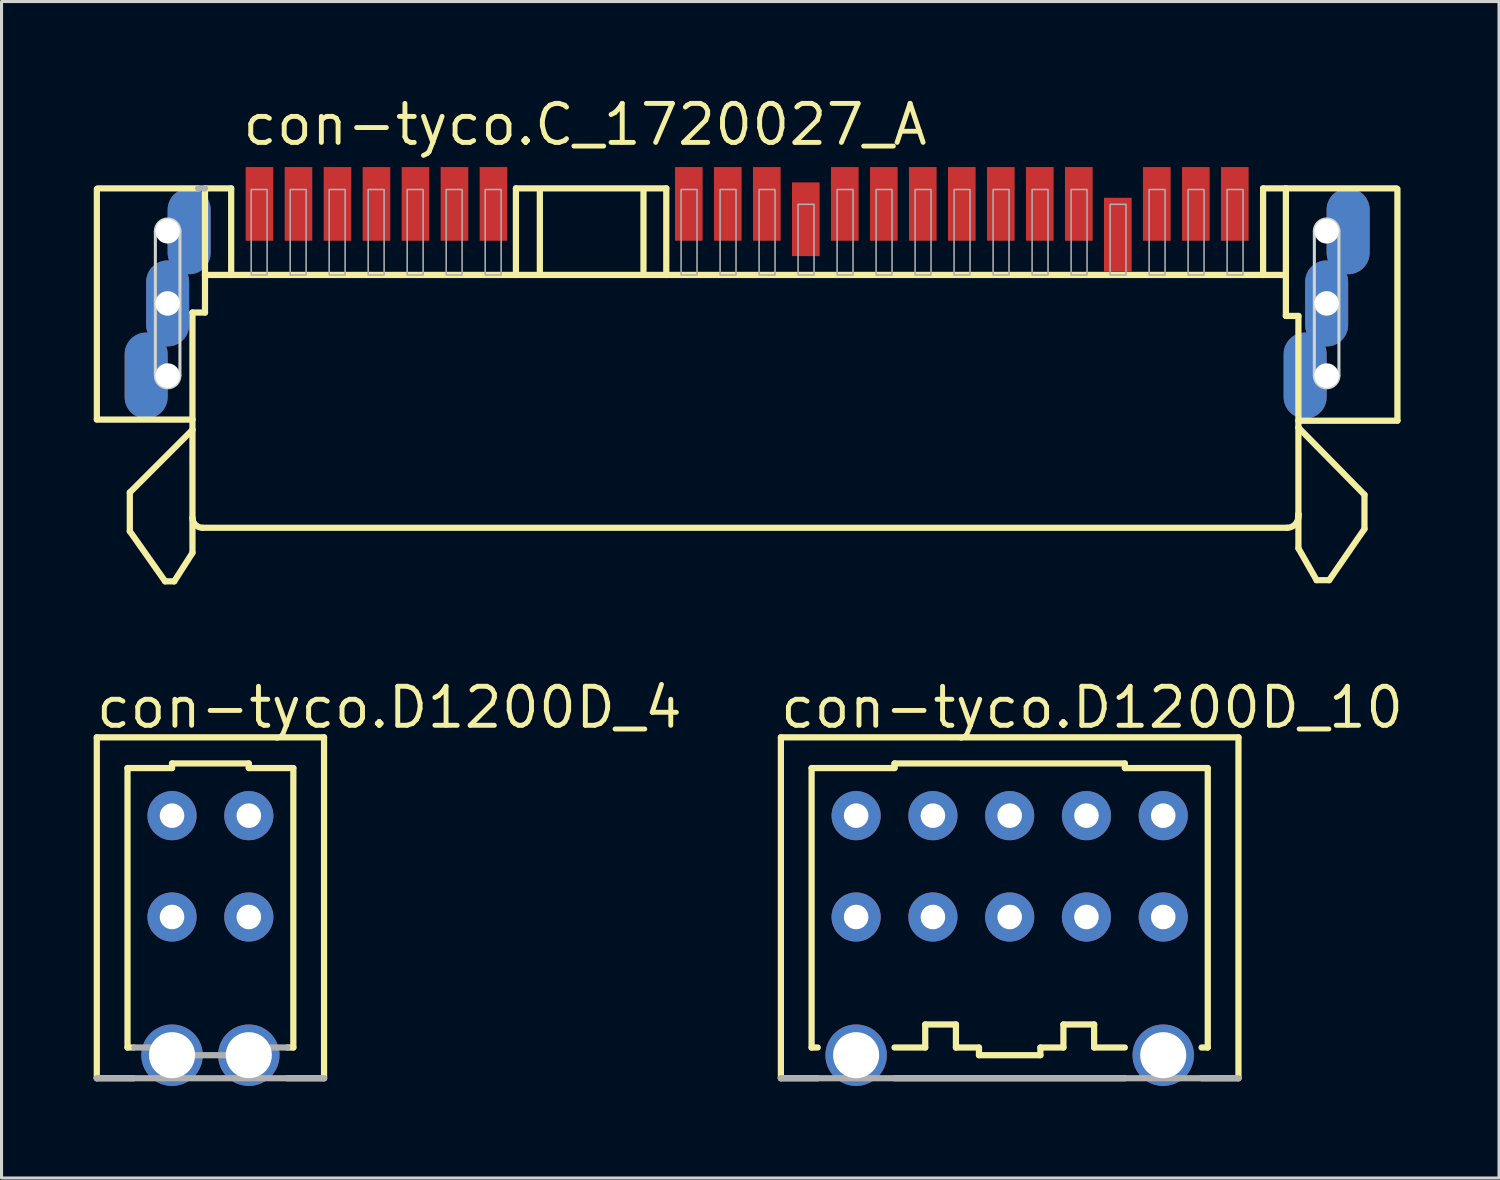
<source format=kicad_pcb>
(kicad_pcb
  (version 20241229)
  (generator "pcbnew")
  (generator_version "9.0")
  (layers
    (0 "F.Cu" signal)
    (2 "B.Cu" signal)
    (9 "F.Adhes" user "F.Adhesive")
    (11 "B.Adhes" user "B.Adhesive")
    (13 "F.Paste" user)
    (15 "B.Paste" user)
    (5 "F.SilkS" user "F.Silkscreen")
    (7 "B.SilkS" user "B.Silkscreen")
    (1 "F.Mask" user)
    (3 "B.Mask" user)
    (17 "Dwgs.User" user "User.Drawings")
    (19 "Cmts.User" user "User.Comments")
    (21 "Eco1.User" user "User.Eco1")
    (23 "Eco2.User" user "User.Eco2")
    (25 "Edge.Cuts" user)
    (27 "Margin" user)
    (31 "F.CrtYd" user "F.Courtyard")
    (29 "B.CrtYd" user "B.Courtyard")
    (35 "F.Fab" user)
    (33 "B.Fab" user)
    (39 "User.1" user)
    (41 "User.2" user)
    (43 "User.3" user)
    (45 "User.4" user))
  (footprint "con-tyco.C_1720027_A"
    (layer "F.Cu")
    (at 21.279 6.83)
    (property "Reference" "con-tyco.C_1720027_A" (at -16.51 -5.08 0) (layer "F.SilkS") (effects (font (size 1.27 1.27) (thickness 0.16)) (justify left bottom)))
    (attr smd)
    (fp_line (start -21.177 3.783) (end -18.062 3.783) (stroke (width 0.203) (type default)) (layer "F.SilkS"))
    (fp_line (start -21.175 3.776) (end -21.175 -3.729) (stroke (width 0.203) (type default)) (layer "F.SilkS"))
    (fp_line (start -21.14 -3.746) (end -17.876 -3.746) (stroke (width 0.203) (type default)) (layer "F.SilkS"))
    (fp_line (start -20.102 6.157) (end -20.102 7.418) (stroke (width 0.203) (type default)) (layer "F.SilkS"))
    (fp_line (start -20.102 7.418) (end -18.952 9.05) (stroke (width 0.203) (type default)) (layer "F.SilkS"))
    (fp_line (start -18.952 9.05) (end -18.655 9.05) (stroke (width 0.203) (type default)) (layer "F.SilkS"))
    (fp_line (start -18.655 9.05) (end -18.062 8.122) (stroke (width 0.203) (type default)) (layer "F.SilkS"))
    (fp_line (start -18.062 0.297) (end -17.654 0.297) (stroke (width 0.203) (type default)) (layer "F.SilkS"))
    (fp_line (start -18.062 3.783) (end -18.062 0.297) (stroke (width 0.203) (type default)) (layer "F.SilkS"))
    (fp_line (start -18.062 4.117) (end -20.102 6.157) (stroke (width 0.203) (type default)) (layer "F.SilkS"))
    (fp_line (start -18.062 4.117) (end -18.062 3.783) (stroke (width 0.203) (type default)) (layer "F.SilkS"))
    (fp_line (start -18.062 6.973) (end -18.062 4.117) (stroke (width 0.203) (type default)) (layer "F.SilkS"))
    (fp_line (start -18.062 8.122) (end -18.062 7.01) (stroke (width 0.203) (type default)) (layer "F.SilkS"))
    (fp_line (start -17.654 -3.746) (end -16.801 -3.746) (stroke (width 0.203) (type default)) (layer "F.SilkS"))
    (fp_line (start -17.654 -0.927) (end -17.654 -3.746) (stroke (width 0.203) (type default)) (layer "F.SilkS"))
    (fp_line (start -17.654 -0.927) (end -7.529 -0.927) (stroke (width 0.203) (type default)) (layer "F.SilkS"))
    (fp_line (start -17.654 0.297) (end -17.654 -0.927) (stroke (width 0.203) (type default)) (layer "F.SilkS"))
    (fp_line (start -16.801 -3.746) (end -16.801 -0.927) (stroke (width 0.203) (type default)) (layer "F.SilkS"))
    (fp_line (start -7.529 -3.746) (end -2.633 -3.746) (stroke (width 0.203) (type default)) (layer "F.SilkS"))
    (fp_line (start -7.529 -0.927) (end -7.529 -3.746) (stroke (width 0.203) (type default)) (layer "F.SilkS"))
    (fp_line (start -7.529 -0.927) (end -2.633 -0.927) (stroke (width 0.203) (type default)) (layer "F.SilkS"))
    (fp_line (start -6.75 -1.038) (end -6.75 -3.635) (stroke (width 0.203) (type default)) (layer "F.SilkS"))
    (fp_line (start -3.375 -1.038) (end -3.375 -3.635) (stroke (width 0.203) (type default)) (layer "F.SilkS"))
    (fp_line (start -2.633 -3.746) (end -2.633 -0.927) (stroke (width 0.203) (type default)) (layer "F.SilkS"))
    (fp_line (start -2.633 -0.927) (end 16.801 -0.927) (stroke (width 0.203) (type default)) (layer "F.SilkS"))
    (fp_line (start 16.801 -3.746) (end 17.543 -3.746) (stroke (width 0.203) (type default)) (layer "F.SilkS"))
    (fp_line (start 16.801 -0.927) (end 16.801 -3.746) (stroke (width 0.203) (type default)) (layer "F.SilkS"))
    (fp_line (start 16.801 -0.927) (end 17.543 -0.927) (stroke (width 0.203) (type default)) (layer "F.SilkS"))
    (fp_line (start 17.543 -3.746) (end 21.14 -3.746) (stroke (width 0.203) (type default)) (layer "F.SilkS"))
    (fp_line (start 17.543 -0.927) (end 17.543 -3.746) (stroke (width 0.203) (type default)) (layer "F.SilkS"))
    (fp_line (start 17.543 -0.927) (end 17.543 0.408) (stroke (width 0.203) (type default)) (layer "F.SilkS"))
    (fp_line (start 17.543 0.408) (end 17.951 0.408) (stroke (width 0.203) (type default)) (layer "F.SilkS"))
    (fp_line (start 17.58 7.306) (end -17.728 7.306) (stroke (width 0.203) (type default)) (layer "F.SilkS"))
    (fp_line (start 17.951 0.408) (end 17.951 3.82) (stroke (width 0.203) (type default)) (layer "F.SilkS"))
    (fp_line (start 17.951 3.82) (end 17.951 4.043) (stroke (width 0.203) (type default)) (layer "F.SilkS"))
    (fp_line (start 17.951 4.043) (end 17.951 6.861) (stroke (width 0.203) (type default)) (layer "F.SilkS"))
    (fp_line (start 17.951 4.043) (end 20.102 6.231) (stroke (width 0.203) (type default)) (layer "F.SilkS"))
    (fp_line (start 17.951 6.861) (end 17.951 6.936) (stroke (width 0.203) (type default)) (layer "F.SilkS"))
    (fp_line (start 17.951 7.974) (end 17.951 6.861) (stroke (width 0.203) (type default)) (layer "F.SilkS"))
    (fp_line (start 18.544 9.012) (end 17.951 7.974) (stroke (width 0.203) (type default)) (layer "F.SilkS"))
    (fp_line (start 18.952 9.012) (end 18.544 9.012) (stroke (width 0.203) (type default)) (layer "F.SilkS"))
    (fp_line (start 20.102 6.231) (end 20.102 7.343) (stroke (width 0.203) (type default)) (layer "F.SilkS"))
    (fp_line (start 20.102 7.343) (end 18.952 9.012) (stroke (width 0.203) (type default)) (layer "F.SilkS"))
    (fp_line (start 21.175 -3.729) (end 21.175 3.813) (stroke (width 0.203) (type default)) (layer "F.SilkS"))
    (fp_line (start 21.177 3.82) (end 17.951 3.82) (stroke (width 0.203) (type default)) (layer "F.SilkS"))
    (fp_arc (start -17.7281 7.3063) (mid -17.964132 7.208532) (end -18.0619 6.9725) (stroke (width 0.2032) (type default)) (layer "F.SilkS"))
    (fp_arc (start 17.9506 6.9355) (mid 17.841945 7.197716) (end 17.5797 7.3063) (stroke (width 0.2032) (type default)) (layer "F.SilkS"))
    (fp_line (start -19.27 2.35) (end -19.27 -2.35) (stroke (width 0.1) (type default)) (layer "Edge.Cuts"))
    (fp_line (start -18.47 -2.35) (end -18.47 2.35) (stroke (width 0.1) (type default)) (layer "Edge.Cuts"))
    (fp_line (start 18.47 2.35) (end 18.47 -2.35) (stroke (width 0.1) (type default)) (layer "Edge.Cuts"))
    (fp_line (start 19.27 -2.35) (end 19.27 2.35) (stroke (width 0.1) (type default)) (layer "Edge.Cuts"))
    (fp_arc (start -19.27 -2.35) (mid -18.87 -2.75) (end -18.47 -2.35) (stroke (width 0.1) (type default)) (layer "Edge.Cuts"))
    (fp_arc (start -18.47 2.35) (mid -18.87 2.75) (end -19.27 2.35) (stroke (width 0.1) (type default)) (layer "Edge.Cuts"))
    (fp_arc (start 18.47 -2.35) (mid 18.87 -2.75) (end 19.27 -2.35) (stroke (width 0.1) (type default)) (layer "Edge.Cuts"))
    (fp_arc (start 19.27 2.35) (mid 18.87 2.75) (end 18.47 2.35) (stroke (width 0.1) (type default)) (layer "Edge.Cuts"))
    (fp_line (start -17.876 -3.746) (end -17.654 -3.746) (stroke (width 0.203) (type default)) (layer "F.Fab"))
    (fp_rect (start -16.15 -0.927) (end -15.631 -3.709) (stroke (width 0.05) (type default)) (fill no) (layer "F.Fab"))
    (fp_rect (start -14.88 -0.927) (end -14.361 -3.709) (stroke (width 0.05) (type default)) (fill no) (layer "F.Fab"))
    (fp_rect (start -13.61 -0.927) (end -13.091 -3.709) (stroke (width 0.05) (type default)) (fill no) (layer "F.Fab"))
    (fp_rect (start -12.34 -0.927) (end -11.821 -3.709) (stroke (width 0.05) (type default)) (fill no) (layer "F.Fab"))
    (fp_rect (start -11.07 -0.927) (end -10.551 -3.709) (stroke (width 0.05) (type default)) (fill no) (layer "F.Fab"))
    (fp_rect (start -9.8 -0.927) (end -9.281 -3.709) (stroke (width 0.05) (type default)) (fill no) (layer "F.Fab"))
    (fp_rect (start -8.53 -0.927) (end -8.011 -3.709) (stroke (width 0.05) (type default)) (fill no) (layer "F.Fab"))
    (fp_rect (start -2.151 -0.927) (end -1.632 -3.709) (stroke (width 0.05) (type default)) (fill no) (layer "F.Fab"))
    (fp_rect (start -0.881 -0.927) (end -0.362 -3.709) (stroke (width 0.05) (type default)) (fill no) (layer "F.Fab"))
    (fp_rect (start 0.389 -0.927) (end 0.908 -3.709) (stroke (width 0.05) (type default)) (fill no) (layer "F.Fab"))
    (fp_rect (start 1.659 -0.927) (end 2.178 -3.227) (stroke (width 0.05) (type default)) (fill no) (layer "F.Fab"))
    (fp_rect (start 2.929 -0.927) (end 3.448 -3.709) (stroke (width 0.05) (type default)) (fill no) (layer "F.Fab"))
    (fp_rect (start 4.199 -0.927) (end 4.718 -3.709) (stroke (width 0.05) (type default)) (fill no) (layer "F.Fab"))
    (fp_rect (start 5.469 -0.927) (end 5.988 -3.709) (stroke (width 0.05) (type default)) (fill no) (layer "F.Fab"))
    (fp_rect (start 6.739 -0.927) (end 7.258 -3.709) (stroke (width 0.05) (type default)) (fill no) (layer "F.Fab"))
    (fp_rect (start 8.009 -0.927) (end 8.528 -3.709) (stroke (width 0.05) (type default)) (fill no) (layer "F.Fab"))
    (fp_rect (start 9.279 -0.927) (end 9.798 -3.709) (stroke (width 0.05) (type default)) (fill no) (layer "F.Fab"))
    (fp_rect (start 10.549 -0.927) (end 11.068 -3.709) (stroke (width 0.05) (type default)) (fill no) (layer "F.Fab"))
    (fp_rect (start 11.819 -0.927) (end 12.338 -3.227) (stroke (width 0.05) (type default)) (fill no) (layer "F.Fab"))
    (fp_rect (start 13.089 -0.927) (end 13.608 -3.709) (stroke (width 0.05) (type default)) (fill no) (layer "F.Fab"))
    (fp_rect (start 14.359 -0.927) (end 14.878 -3.709) (stroke (width 0.05) (type default)) (fill no) (layer "F.Fab"))
    (fp_rect (start 15.629 -0.927) (end 16.148 -3.709) (stroke (width 0.05) (type default)) (fill no) (layer "F.Fab"))
    (pad "1" smd roundrect (at -15.88 -3.24) (size 0.9 2.4) (layers "F.Cu" "F.Mask" "F.Paste") (roundrect_rratio 0.01))
    (pad "2" smd roundrect (at -14.61 -3.24) (size 0.9 2.4) (layers "F.Cu" "F.Mask" "F.Paste") (roundrect_rratio 0.01))
    (pad "3" smd roundrect (at -13.34 -3.24) (size 0.9 2.4) (layers "F.Cu" "F.Mask" "F.Paste") (roundrect_rratio 0.01))
    (pad "4" smd roundrect (at -12.07 -3.24) (size 0.9 2.4) (layers "F.Cu" "F.Mask" "F.Paste") (roundrect_rratio 0.01))
    (pad "5" smd roundrect (at -10.8 -3.24) (size 0.9 2.4) (layers "F.Cu" "F.Mask" "F.Paste") (roundrect_rratio 0.01))
    (pad "6" smd roundrect (at -9.53 -3.24) (size 0.9 2.4) (layers "F.Cu" "F.Mask" "F.Paste") (roundrect_rratio 0.01))
    (pad "7" smd roundrect (at -8.26 -3.24) (size 0.9 2.4) (layers "F.Cu" "F.Mask" "F.Paste") (roundrect_rratio 0.01))
    (pad "8" smd roundrect (at -1.9 -3.24) (size 0.9 2.4) (layers "F.Cu" "F.Mask" "F.Paste") (roundrect_rratio 0.01))
    (pad "9" smd roundrect (at -0.63 -3.24) (size 0.9 2.4) (layers "F.Cu" "F.Mask" "F.Paste") (roundrect_rratio 0.01))
    (pad "10" smd roundrect (at 0.64 -3.24) (size 0.9 2.4) (layers "F.Cu" "F.Mask" "F.Paste") (roundrect_rratio 0.01))
    (pad "11" smd roundrect (at 1.91 -2.74) (size 0.9 2.4) (layers "F.Cu" "F.Mask" "F.Paste") (roundrect_rratio 0.01))
    (pad "12" smd roundrect (at 3.18 -3.24) (size 0.9 2.4) (layers "F.Cu" "F.Mask" "F.Paste") (roundrect_rratio 0.01))
    (pad "13" smd roundrect (at 4.45 -3.24) (size 0.9 2.4) (layers "F.Cu" "F.Mask" "F.Paste") (roundrect_rratio 0.01))
    (pad "14" smd roundrect (at 5.72 -3.24) (size 0.9 2.4) (layers "F.Cu" "F.Mask" "F.Paste") (roundrect_rratio 0.01))
    (pad "15" smd roundrect (at 6.99 -3.24) (size 0.9 2.4) (layers "F.Cu" "F.Mask" "F.Paste") (roundrect_rratio 0.01))
    (pad "16" smd roundrect (at 8.26 -3.24) (size 0.9 2.4) (layers "F.Cu" "F.Mask" "F.Paste") (roundrect_rratio 0.01))
    (pad "17" smd roundrect (at 9.53 -3.24) (size 0.9 2.4) (layers "F.Cu" "F.Mask" "F.Paste") (roundrect_rratio 0.01))
    (pad "18" smd roundrect (at 10.8 -3.24) (size 0.9 2.4) (layers "F.Cu" "F.Mask" "F.Paste") (roundrect_rratio 0.01))
    (pad "19" smd roundrect (at 12.07 -2.24) (size 0.9 2.4) (layers "F.Cu" "F.Mask" "F.Paste") (roundrect_rratio 0.01))
    (pad "20" smd roundrect (at 13.34 -3.24) (size 0.9 2.4) (layers "F.Cu" "F.Mask" "F.Paste") (roundrect_rratio 0.01))
    (pad "21" smd roundrect (at 14.61 -3.24) (size 0.9 2.4) (layers "F.Cu" "F.Mask" "F.Paste") (roundrect_rratio 0.01))
    (pad "22" smd roundrect (at 15.88 -3.24) (size 0.9 2.4) (layers "F.Cu" "F.Mask" "F.Paste") (roundrect_rratio 0.01))
    (pad "M1@1" thru_hole oval (at -18.87 2.35 90) (size 2.8 1.4) (drill 0.8 (offset 0 -0.7)) (layers "*.Cu" "*.Mask"))
    (pad "M1@2" thru_hole oval (at -18.87 -2.35 90) (size 2.8 1.4) (drill 0.8 (offset 0 0.7)) (layers "*.Cu" "*.Mask"))
    (pad "M1@3" thru_hole oval (at -18.87 0 90) (size 2.8 1.4) (drill 0.8) (layers "*.Cu" "*.Mask"))
    (pad "M2@1" thru_hole oval (at 18.87 2.35 90) (size 2.8 1.4) (drill 0.8 (offset 0 -0.7)) (layers "*.Cu" "*.Mask"))
    (pad "M2@2" thru_hole oval (at 18.87 -2.35 90) (size 2.8 1.4) (drill 0.8 (offset 0 0.7)) (layers "*.Cu" "*.Mask"))
    (pad "M2@3" thru_hole oval (at 18.87 0 90) (size 2.8 1.4) (drill 0.8) (layers "*.Cu" "*.Mask")))
  (footprint "con-tyco.D1200D_4"
    (layer "F.Cu")
    (at 3.802 26.81)
    (property "Reference" "con-tyco.D1200D_4" (at -3.802 -6.079 0) (layer "F.SilkS") (effects (font (size 1.27 1.27) (thickness 0.16)) (justify left bottom)))
    (attr through_hole)
    (fp_line (start -3.7 -5.85) (end 3.7 -5.85) (stroke (width 0.203) (type default)) (layer "F.SilkS"))
    (fp_line (start -3.7 5.25) (end -3.7 -5.85) (stroke (width 0.203) (type default)) (layer "F.SilkS"))
    (fp_line (start -2.7 -4.85) (end -1.25 -4.85) (stroke (width 0.203) (type default)) (layer "F.SilkS"))
    (fp_line (start -2.7 4.25) (end -2.7 -4.85) (stroke (width 0.203) (type default)) (layer "F.SilkS"))
    (fp_line (start -2.5 4.25) (end -2.7 4.25) (stroke (width 0.203) (type default)) (layer "F.SilkS"))
    (fp_line (start -2.5 5.25) (end -3.7 5.25) (stroke (width 0.203) (type default)) (layer "F.SilkS"))
    (fp_line (start -1.25 -5) (end 1.25 -5) (stroke (width 0.203) (type default)) (layer "F.SilkS"))
    (fp_line (start -1.25 -4.85) (end -1.25 -5) (stroke (width 0.203) (type default)) (layer "F.SilkS"))
    (fp_line (start 1.25 -5) (end 1.25 -4.85) (stroke (width 0.203) (type default)) (layer "F.SilkS"))
    (fp_line (start 1.25 -4.85) (end 2.7 -4.85) (stroke (width 0.203) (type default)) (layer "F.SilkS"))
    (fp_line (start 2.7 -4.85) (end 2.7 4.25) (stroke (width 0.203) (type default)) (layer "F.SilkS"))
    (fp_line (start 2.7 4.25) (end 2.5 4.25) (stroke (width 0.203) (type default)) (layer "F.SilkS"))
    (fp_line (start 3.7 -5.85) (end 3.7 5.25) (stroke (width 0.203) (type default)) (layer "F.SilkS"))
    (fp_line (start 3.7 5.25) (end 2.5 5.25) (stroke (width 0.203) (type default)) (layer "F.SilkS"))
    (fp_line (start -1 4.25) (end -2.475 4.25) (stroke (width 0.203) (type default)) (layer "F.Fab"))
    (fp_line (start -1 4.5) (end -1 4.25) (stroke (width 0.203) (type default)) (layer "F.Fab"))
    (fp_line (start 1 4.25) (end 1 4.5) (stroke (width 0.203) (type default)) (layer "F.Fab"))
    (fp_line (start 1 4.5) (end -1 4.5) (stroke (width 0.203) (type default)) (layer "F.Fab"))
    (fp_line (start 2.5 4.25) (end 1 4.25) (stroke (width 0.203) (type default)) (layer "F.Fab"))
    (fp_line (start 3.7 5.25) (end -3.7 5.25) (stroke (width 0.203) (type default)) (layer "F.Fab"))
    (pad "A1" thru_hole circle (at 1.25 -3.3 180) (size 1.6 1.6) (drill 0.8) (layers "*.Cu" "*.Mask"))
    (pad "A2" thru_hole circle (at -1.25 -3.3 180) (size 1.6 1.6) (drill 0.8) (layers "*.Cu" "*.Mask"))
    (pad "B1" thru_hole circle (at 1.25 0 180) (size 1.6 1.6) (drill 0.8) (layers "*.Cu" "*.Mask"))
    (pad "B2" thru_hole circle (at -1.25 0 180) (size 1.6 1.6) (drill 0.8) (layers "*.Cu" "*.Mask"))
    (pad "M1" thru_hole circle (at 1.25 4.5) (size 2 2) (drill 1.5) (layers "*.Cu" "*.Mask"))
    (pad "M2" thru_hole circle (at -1.25 4.5) (size 2 2) (drill 1.5) (layers "*.Cu" "*.Mask")))
  (footprint "con-tyco.D1200D_10"
    (layer "F.Cu")
    (at 29.828 26.81)
    (property "Reference" "con-tyco.D1200D_10" (at -7.552 -6.079 0) (layer "F.SilkS") (effects (font (size 1.27 1.27) (thickness 0.16)) (justify left bottom)))
    (attr through_hole)
    (fp_line (start -7.45 -5.85) (end 7.45 -5.85) (stroke (width 0.203) (type default)) (layer "F.SilkS"))
    (fp_line (start -7.45 5.25) (end -7.45 -5.85) (stroke (width 0.203) (type default)) (layer "F.SilkS"))
    (fp_line (start -6.45 -4.85) (end -3.75 -4.85) (stroke (width 0.203) (type default)) (layer "F.SilkS"))
    (fp_line (start -6.45 4.25) (end -6.45 -4.85) (stroke (width 0.203) (type default)) (layer "F.SilkS"))
    (fp_line (start -6.25 4.25) (end -6.45 4.25) (stroke (width 0.203) (type default)) (layer "F.SilkS"))
    (fp_line (start -6.25 5.25) (end -7.45 5.25) (stroke (width 0.203) (type default)) (layer "F.SilkS"))
    (fp_line (start -3.75 -5) (end 3.75 -5) (stroke (width 0.203) (type default)) (layer "F.SilkS"))
    (fp_line (start -3.75 -4.85) (end -3.75 -5) (stroke (width 0.203) (type default)) (layer "F.SilkS"))
    (fp_line (start -2.75 3.5) (end -2.75 4.25) (stroke (width 0.203) (type default)) (layer "F.SilkS"))
    (fp_line (start -2.75 4.25) (end -3.75 4.25) (stroke (width 0.203) (type default)) (layer "F.SilkS"))
    (fp_line (start -1.75 3.5) (end -2.75 3.5) (stroke (width 0.203) (type default)) (layer "F.SilkS"))
    (fp_line (start -1.75 4.25) (end -1.75 3.5) (stroke (width 0.203) (type default)) (layer "F.SilkS"))
    (fp_line (start -1 4.25) (end -1.75 4.25) (stroke (width 0.203) (type default)) (layer "F.SilkS"))
    (fp_line (start -1 4.5) (end -1 4.25) (stroke (width 0.203) (type default)) (layer "F.SilkS"))
    (fp_line (start 1 4.25) (end 1 4.5) (stroke (width 0.203) (type default)) (layer "F.SilkS"))
    (fp_line (start 1 4.5) (end -1 4.5) (stroke (width 0.203) (type default)) (layer "F.SilkS"))
    (fp_line (start 1.75 3.5) (end 1.75 4.25) (stroke (width 0.203) (type default)) (layer "F.SilkS"))
    (fp_line (start 1.75 4.25) (end 1 4.25) (stroke (width 0.203) (type default)) (layer "F.SilkS"))
    (fp_line (start 2.75 3.5) (end 1.75 3.5) (stroke (width 0.203) (type default)) (layer "F.SilkS"))
    (fp_line (start 2.75 4.25) (end 2.75 3.5) (stroke (width 0.203) (type default)) (layer "F.SilkS"))
    (fp_line (start 3.75 -5) (end 3.75 -4.85) (stroke (width 0.203) (type default)) (layer "F.SilkS"))
    (fp_line (start 3.75 -4.85) (end 6.45 -4.85) (stroke (width 0.203) (type default)) (layer "F.SilkS"))
    (fp_line (start 3.75 4.25) (end 2.75 4.25) (stroke (width 0.203) (type default)) (layer "F.SilkS"))
    (fp_line (start 3.75 5.25) (end -3.75 5.25) (stroke (width 0.203) (type default)) (layer "F.SilkS"))
    (fp_line (start 6.45 -4.85) (end 6.45 4.25) (stroke (width 0.203) (type default)) (layer "F.SilkS"))
    (fp_line (start 6.45 4.25) (end 6.25 4.25) (stroke (width 0.203) (type default)) (layer "F.SilkS"))
    (fp_line (start 7.45 -5.85) (end 7.45 5.25) (stroke (width 0.203) (type default)) (layer "F.SilkS"))
    (fp_line (start 7.45 5.25) (end 6.25 5.25) (stroke (width 0.203) (type default)) (layer "F.SilkS"))
    (fp_line (start 7.45 5.25) (end -7.45 5.25) (stroke (width 0.203) (type default)) (layer "F.Fab"))
    (pad "A1" thru_hole circle (at 5 -3.3 180) (size 1.6 1.6) (drill 0.8) (layers "*.Cu" "*.Mask"))
    (pad "A2" thru_hole circle (at 2.5 -3.3 180) (size 1.6 1.6) (drill 0.8) (layers "*.Cu" "*.Mask"))
    (pad "A3" thru_hole circle (at 0 -3.3 180) (size 1.6 1.6) (drill 0.8) (layers "*.Cu" "*.Mask"))
    (pad "A4" thru_hole circle (at -2.5 -3.3 180) (size 1.6 1.6) (drill 0.8) (layers "*.Cu" "*.Mask"))
    (pad "A5" thru_hole circle (at -5 -3.3 180) (size 1.6 1.6) (drill 0.8) (layers "*.Cu" "*.Mask"))
    (pad "B1" thru_hole circle (at 5 0 180) (size 1.6 1.6) (drill 0.8) (layers "*.Cu" "*.Mask"))
    (pad "B2" thru_hole circle (at 2.5 0 180) (size 1.6 1.6) (drill 0.8) (layers "*.Cu" "*.Mask"))
    (pad "B3" thru_hole circle (at 0 0 180) (size 1.6 1.6) (drill 0.8) (layers "*.Cu" "*.Mask"))
    (pad "B4" thru_hole circle (at -2.5 0 180) (size 1.6 1.6) (drill 0.8) (layers "*.Cu" "*.Mask"))
    (pad "B5" thru_hole circle (at -5 0 180) (size 1.6 1.6) (drill 0.8) (layers "*.Cu" "*.Mask"))
    (pad "M1" thru_hole circle (at 5 4.5) (size 2 2) (drill 1.5) (layers "*.Cu" "*.Mask"))
    (pad "M2" thru_hole circle (at -5 4.5) (size 2 2) (drill 1.5) (layers "*.Cu" "*.Mask")))
  (gr_rect
    (start -3 -3)
    (end 45.762 35.31)
    (stroke (width 0.1) (type default))
    (fill no)
    (layer "Edge.Cuts")))
</source>
